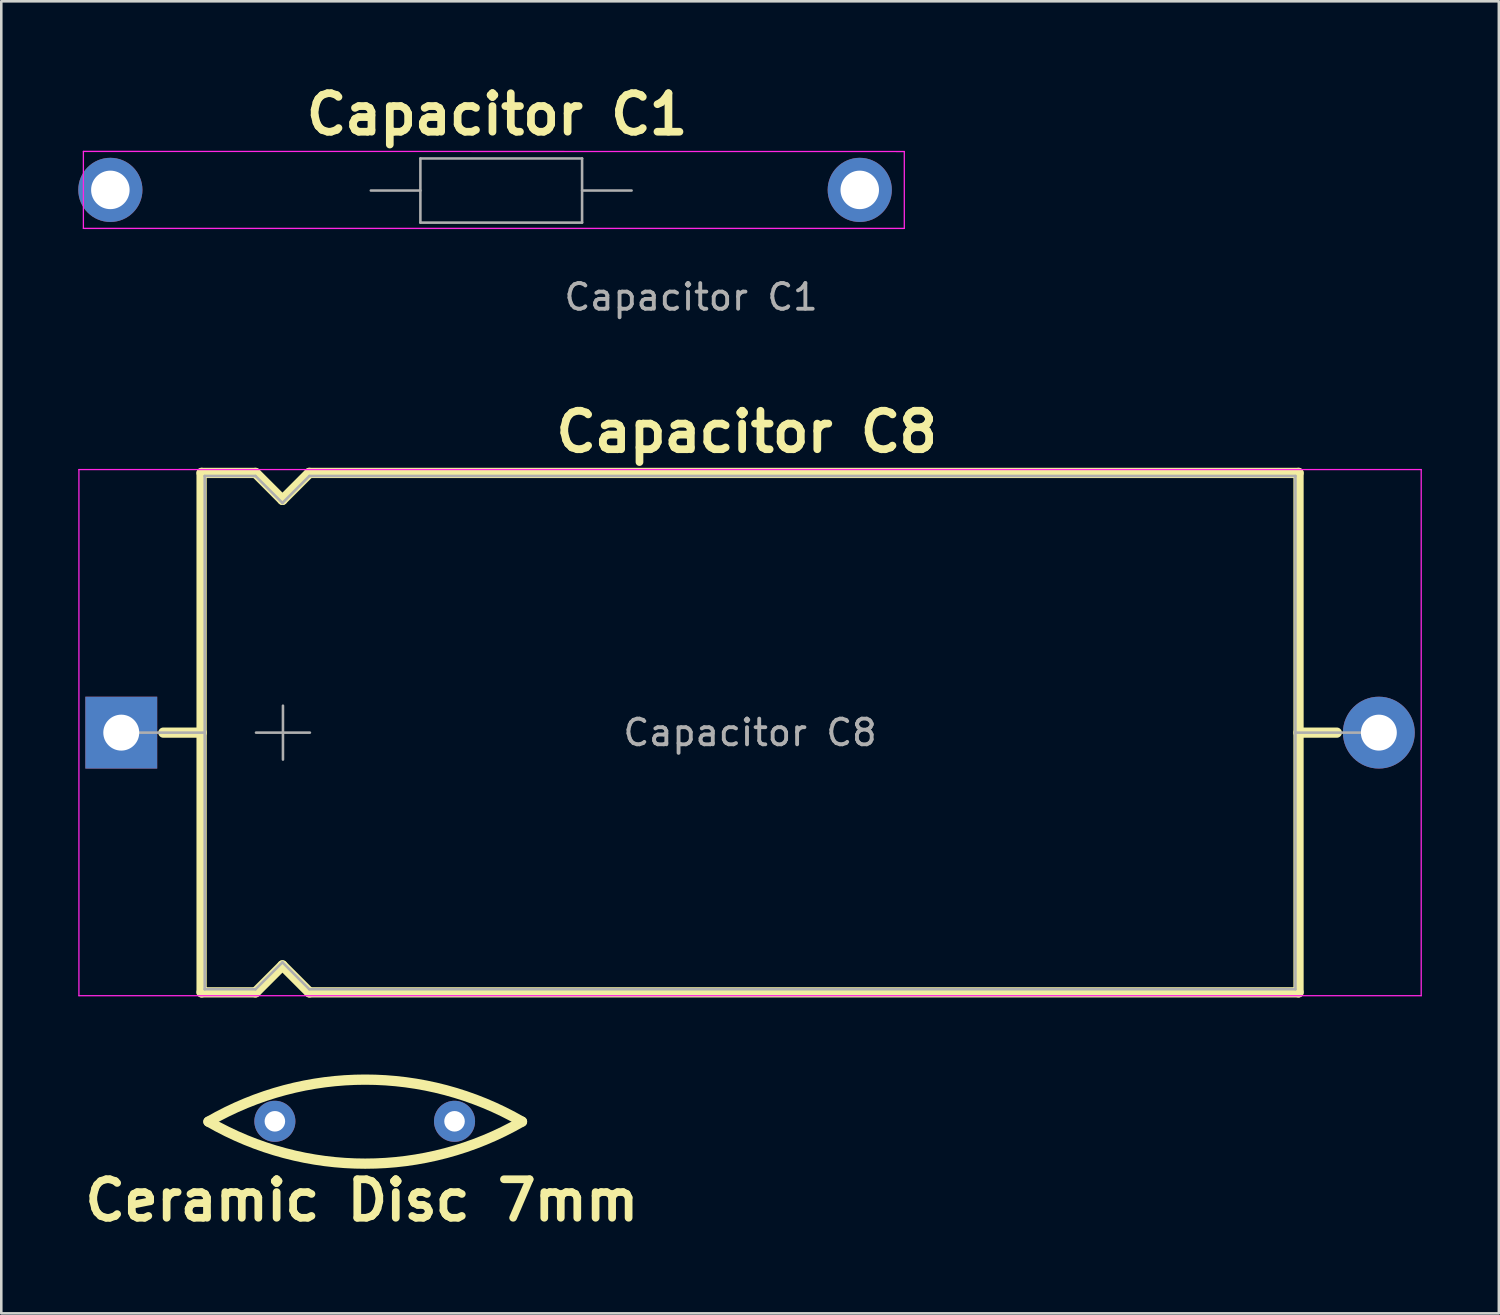
<source format=kicad_pcb>
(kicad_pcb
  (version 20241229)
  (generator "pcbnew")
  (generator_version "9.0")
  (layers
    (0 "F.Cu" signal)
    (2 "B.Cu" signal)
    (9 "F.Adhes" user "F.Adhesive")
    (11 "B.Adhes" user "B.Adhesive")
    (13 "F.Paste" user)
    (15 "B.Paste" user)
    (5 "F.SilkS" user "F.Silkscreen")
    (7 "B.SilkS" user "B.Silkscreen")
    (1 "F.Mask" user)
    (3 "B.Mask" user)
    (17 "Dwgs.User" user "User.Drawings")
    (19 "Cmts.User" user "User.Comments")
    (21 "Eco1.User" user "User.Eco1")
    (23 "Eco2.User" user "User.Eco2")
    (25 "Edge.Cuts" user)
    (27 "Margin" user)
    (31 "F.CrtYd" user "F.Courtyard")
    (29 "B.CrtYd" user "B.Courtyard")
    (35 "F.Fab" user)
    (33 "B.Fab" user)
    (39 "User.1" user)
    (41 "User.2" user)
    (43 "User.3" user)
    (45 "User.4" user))
  (footprint "Capacitor C1"
    (layer "F.Cu")
    (at 16.277 4.294)
    (property "Reference" "Capacitor C1" (at 0.04 -2.89 0) (unlocked yes) (layer "F.SilkS") (effects (font (size 1.5 1.5) (thickness 0.3) (bold yes))))
    (attr through_hole)
    (fp_line (start -16.078 -1.445) (end -16.078 1.555) (stroke (width 0.05) (type solid)) (layer "F.CrtYd"))
    (fp_line (start -16.078 1.555) (end 15.908 1.555) (stroke (width 0.05) (type solid)) (layer "F.CrtYd"))
    (fp_line (start 15.908 -1.44) (end -16.078 -1.445) (stroke (width 0.05) (type solid)) (layer "F.CrtYd"))
    (fp_line (start 15.908 1.555) (end 15.908 -1.44) (stroke (width 0.05) (type solid)) (layer "F.CrtYd"))
    (fp_line (start -4.878 0.08) (end -2.947 0.08) (stroke (width 0.1) (type solid)) (layer "F.Fab"))
    (fp_line (start -2.947 -1.17) (end -2.947 1.33) (stroke (width 0.1) (type solid)) (layer "F.Fab"))
    (fp_line (start -2.947 1.33) (end 3.353 1.33) (stroke (width 0.1) (type solid)) (layer "F.Fab"))
    (fp_line (start 3.353 -1.17) (end -2.947 -1.17) (stroke (width 0.1) (type solid)) (layer "F.Fab"))
    (fp_line (start 3.353 1.33) (end 3.353 -1.17) (stroke (width 0.1) (type solid)) (layer "F.Fab"))
    (fp_line (start 5.282 0.08) (end 3.353 0.08) (stroke (width 0.1) (type solid)) (layer "F.Fab"))
    (fp_text user "${REFERENCE}" (at 7.6 4.23 0) (unlocked yes) (layer "F.Fab") (effects (font (size 1 1) (thickness 0.15))))
    (pad "1" thru_hole circle (at -15.027 0.055) (size 2.5 2.5) (drill 1.5) (layers "*.Cu" "*.Mask"))
    (pad "2" thru_hole circle (at 14.172 0.055) (size 2.5 2.5) (drill 1.5) (layers "*.Cu" "*.Mask")))
  (footprint "Capacitor C8"
    (layer "F.Cu")
    (at 1.675 25.496)
    (property "Reference" "Capacitor C8" (at 24.37 -11.72 0) (layer "F.SilkS") (effects (font (size 1.5 1.5) (thickness 0.3) (bold yes))))
    (attr through_hole)
    (fp_line (start 1.64 0) (end 3.13 0) (stroke (width 0.4) (type solid)) (layer "F.SilkS"))
    (fp_line (start 3.13 -10.12) (end 3.13 10.12) (stroke (width 0.4) (type solid)) (layer "F.SilkS"))
    (fp_line (start 3.13 -10.12) (end 5.23 -10.12) (stroke (width 0.4) (type solid)) (layer "F.SilkS"))
    (fp_line (start 3.13 10.12) (end 5.23 10.12) (stroke (width 0.4) (type solid)) (layer "F.SilkS"))
    (fp_line (start 5.23 -10.12) (end 6.28 -9.07) (stroke (width 0.4) (type solid)) (layer "F.SilkS"))
    (fp_line (start 5.23 10.12) (end 6.28 9.07) (stroke (width 0.4) (type solid)) (layer "F.SilkS"))
    (fp_line (start 6.28 -9.07) (end 7.33 -10.12) (stroke (width 0.4) (type solid)) (layer "F.SilkS"))
    (fp_line (start 6.28 9.07) (end 7.33 10.12) (stroke (width 0.4) (type solid)) (layer "F.SilkS"))
    (fp_line (start 7.33 -10.12) (end 45.87 -10.12) (stroke (width 0.4) (type solid)) (layer "F.SilkS"))
    (fp_line (start 7.33 10.12) (end 45.87 10.12) (stroke (width 0.4) (type solid)) (layer "F.SilkS"))
    (fp_line (start 45.87 -10.12) (end 45.87 10.12) (stroke (width 0.4) (type solid)) (layer "F.SilkS"))
    (fp_line (start 47.36 0) (end 45.87 0) (stroke (width 0.4) (type solid)) (layer "F.SilkS"))
    (fp_line (start -1.65 -10.25) (end -1.65 10.25) (stroke (width 0.05) (type solid)) (layer "F.CrtYd"))
    (fp_line (start -1.65 10.25) (end 50.65 10.25) (stroke (width 0.05) (type solid)) (layer "F.CrtYd"))
    (fp_line (start 50.65 -10.25) (end -1.65 -10.25) (stroke (width 0.05) (type solid)) (layer "F.CrtYd"))
    (fp_line (start 50.65 10.25) (end 50.65 -10.25) (stroke (width 0.05) (type solid)) (layer "F.CrtYd"))
    (fp_line (start 0 0) (end 3.25 0) (stroke (width 0.1) (type solid)) (layer "F.Fab"))
    (fp_line (start 3.25 -10) (end 3.25 10) (stroke (width 0.1) (type solid)) (layer "F.Fab"))
    (fp_line (start 3.25 -10) (end 5.23 -10) (stroke (width 0.1) (type solid)) (layer "F.Fab"))
    (fp_line (start 3.25 10) (end 5.23 10) (stroke (width 0.1) (type solid)) (layer "F.Fab"))
    (fp_line (start 5.23 -10) (end 6.28 -8.95) (stroke (width 0.1) (type solid)) (layer "F.Fab"))
    (fp_line (start 5.23 10) (end 6.28 8.95) (stroke (width 0.1) (type solid)) (layer "F.Fab"))
    (fp_line (start 5.25 0) (end 7.35 0) (stroke (width 0.1) (type solid)) (layer "F.Fab"))
    (fp_line (start 6.28 -8.95) (end 7.33 -10) (stroke (width 0.1) (type solid)) (layer "F.Fab"))
    (fp_line (start 6.28 8.95) (end 7.33 10) (stroke (width 0.1) (type solid)) (layer "F.Fab"))
    (fp_line (start 6.3 -1.05) (end 6.3 1.05) (stroke (width 0.1) (type solid)) (layer "F.Fab"))
    (fp_line (start 7.33 -10) (end 45.75 -10) (stroke (width 0.1) (type solid)) (layer "F.Fab"))
    (fp_line (start 7.33 10) (end 45.75 10) (stroke (width 0.1) (type solid)) (layer "F.Fab"))
    (fp_line (start 45.75 -10) (end 45.75 10) (stroke (width 0.1) (type solid)) (layer "F.Fab"))
    (fp_line (start 49 0) (end 45.75 0) (stroke (width 0.1) (type solid)) (layer "F.Fab"))
    (fp_text user "${REFERENCE}" (at 24.5 0 0) (layer "F.Fab") (effects (font (size 1 1) (thickness 0.15))))
    (pad "1" thru_hole rect (at 0 0) (size 2.8 2.8) (drill 1.4) (layers "*.Cu" "*.Mask"))
    (pad "2" thru_hole oval (at 49 0) (size 2.8 2.8) (drill 1.4) (layers "*.Cu" "*.Mask")))
  (footprint "Ceramic Disc 7mm"
    (layer "F.Cu")
    (at 7.66 40.64)
    (property "Reference" "Ceramic Disc 7mm" (at 3.39 3.08 0) (layer "F.SilkS") (effects (font (size 1.5 1.5) (thickness 0.3) (bold yes))))
    (attr through_hole)
    (fp_arc (start -2.588358 0.01327) (mid 3.52 -1.62346) (end 9.628358 0.01327) (stroke (width 0.4) (type default)) (layer "F.SilkS"))
    (fp_arc (start 9.628358 0.01327) (mid 3.52 1.65) (end -2.588358 0.01327) (stroke (width 0.4) (type default)) (layer "F.SilkS"))
    (pad "1" thru_hole circle (at 0 0) (size 1.6 1.6) (drill 0.8) (layers "*.Cu" "*.Mask"))
    (pad "2" thru_hole circle (at 7 0) (size 1.6 1.6) (drill 0.8) (layers "*.Cu" "*.Mask")))
  (gr_rect
    (start -3 -3)
    (end 55.35 48.124)
    (stroke (width 0.1) (type default))
    (fill no)
    (layer "Edge.Cuts")))
</source>
